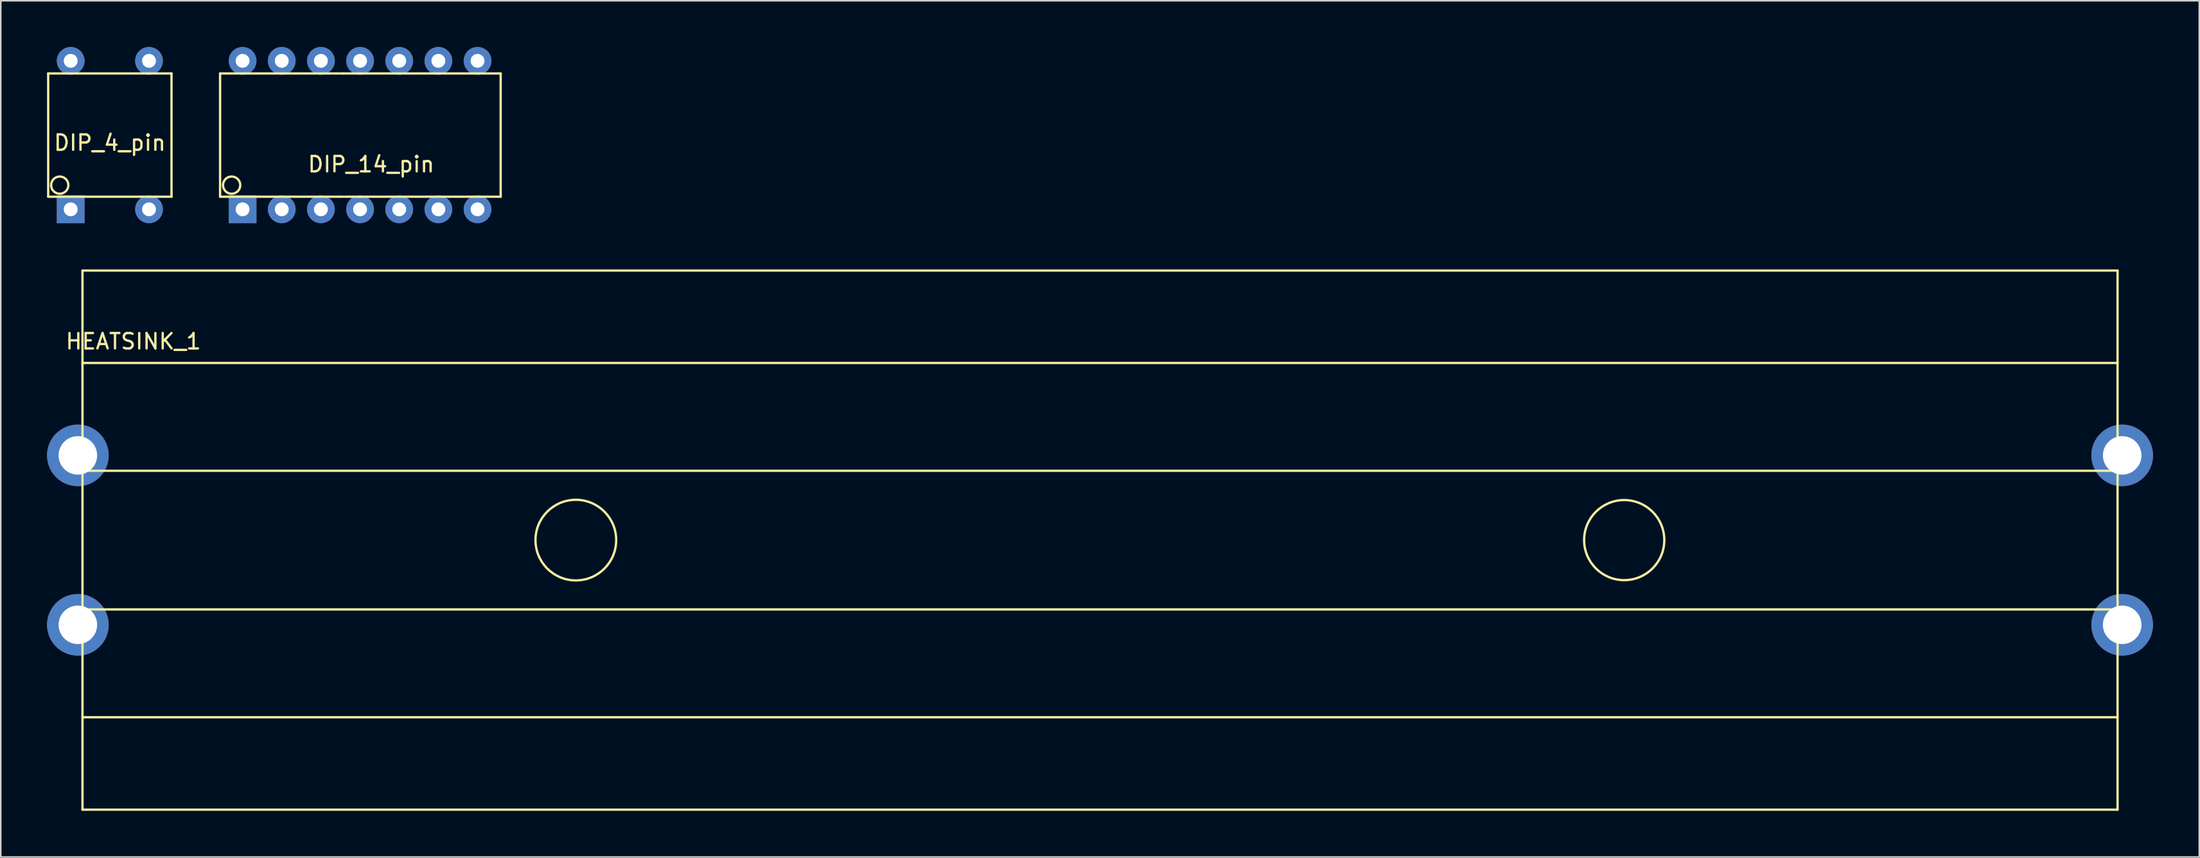
<source format=kicad_pcb>
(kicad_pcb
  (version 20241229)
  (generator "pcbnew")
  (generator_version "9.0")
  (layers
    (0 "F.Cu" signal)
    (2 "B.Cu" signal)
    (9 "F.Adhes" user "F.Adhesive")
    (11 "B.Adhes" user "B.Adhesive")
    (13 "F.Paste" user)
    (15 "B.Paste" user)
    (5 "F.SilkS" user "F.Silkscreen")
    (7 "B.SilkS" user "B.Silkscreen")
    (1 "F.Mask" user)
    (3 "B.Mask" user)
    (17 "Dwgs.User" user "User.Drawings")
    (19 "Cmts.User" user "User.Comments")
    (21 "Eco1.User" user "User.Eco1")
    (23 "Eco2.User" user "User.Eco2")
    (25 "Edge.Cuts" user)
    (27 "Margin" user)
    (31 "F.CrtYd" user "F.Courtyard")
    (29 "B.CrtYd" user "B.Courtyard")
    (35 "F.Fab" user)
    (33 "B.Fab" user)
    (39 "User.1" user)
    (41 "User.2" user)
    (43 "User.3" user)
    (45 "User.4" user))
  (footprint "DIP_4_pin"
    (layer "F.Cu")
    (at 4.075 5.72)
    (property "Reference" "DIP_4_pin" (at 0 0.5 0) (layer "F.SilkS") (effects (font (size 1 1) (thickness 0.15))))
    (attr through_hole)
    (fp_line (start -4 -4) (end 4 -4) (stroke (width 0.15) (type solid)) (layer "F.SilkS"))
    (fp_line (start -4 4) (end -4 -4) (stroke (width 0.15) (type solid)) (layer "F.SilkS"))
    (fp_line (start 4 -4) (end 4 4) (stroke (width 0.15) (type solid)) (layer "F.SilkS"))
    (fp_line (start 4 4) (end -4 4) (stroke (width 0.15) (type solid)) (layer "F.SilkS"))
    (fp_circle (center -3.25 3.25) (end -2.75 3.5) (stroke (width 0.15) (type solid)) (fill no) (layer "F.SilkS"))
    (pad "1" thru_hole rect (at -2.54 4.82) (size 1.8 1.8) (drill 0.9) (layers "*.Cu" "*.Mask"))
    (pad "2" thru_hole circle (at 2.54 4.82) (size 1.8 1.8) (drill 0.9) (layers "*.Cu" "*.Mask"))
    (pad "3" thru_hole circle (at 2.54 -4.82) (size 1.8 1.8) (drill 0.9) (layers "*.Cu" "*.Mask"))
    (pad "4" thru_hole circle (at -2.54 -4.82) (size 1.8 1.8) (drill 0.9) (layers "*.Cu" "*.Mask")))
  (footprint "HEATSINK_1"
    (layer "F.Cu")
    (at 68.3 32.015)
    (property "Reference" "HEATSINK_1" (at -62.7 -12.9 0) (layer "F.SilkS") (effects (font (size 1 1) (thickness 0.15))))
    (attr through_hole)
    (fp_line (start -66 -17.5) (end -66 17.5) (stroke (width 0.15) (type solid)) (layer "F.SilkS"))
    (fp_line (start -66 -11.5) (end 66 -11.5) (stroke (width 0.15) (type solid)) (layer "F.SilkS"))
    (fp_line (start -66 4.5) (end 66 4.5) (stroke (width 0.15) (type solid)) (layer "F.SilkS"))
    (fp_line (start -66 17.5) (end 66 17.5) (stroke (width 0.15) (type solid)) (layer "F.SilkS"))
    (fp_line (start 66 -17.5) (end -66 -17.5) (stroke (width 0.15) (type solid)) (layer "F.SilkS"))
    (fp_line (start 66 -4.5) (end -66 -4.5) (stroke (width 0.15) (type solid)) (layer "F.SilkS"))
    (fp_line (start 66 11.5) (end -66 11.5) (stroke (width 0.15) (type solid)) (layer "F.SilkS"))
    (fp_line (start 66 17.5) (end 66 -17.5) (stroke (width 0.15) (type solid)) (layer "F.SilkS"))
    (fp_circle (center -34 0) (end -34.3 2.6) (stroke (width 0.15) (type solid)) (fill no) (layer "F.SilkS"))
    (fp_circle (center 34 0) (end 34 2.6) (stroke (width 0.15) (type solid)) (fill no) (layer "F.SilkS"))
    (pad "1" thru_hole circle (at 66.3 -5.5) (size 4 4) (drill 2.5) (layers "*.Cu" "*.Mask"))
    (pad "2" thru_hole circle (at 66.3 5.5) (size 4 4) (drill 2.5) (layers "*.Cu" "*.Mask"))
    (pad "3" thru_hole circle (at -66.3 -5.5) (size 4 4) (drill 2.5) (layers "*.Cu" "*.Mask"))
    (pad "4" thru_hole circle (at -66.3 5.5) (size 4 4) (drill 2.5) (layers "*.Cu" "*.Mask")))
  (footprint "DIP_14_pin"
    (layer "F.Cu")
    (at 15.225 5.72)
    (property "Reference" "DIP_14_pin" (at 5.8 1.9 0) (layer "F.SilkS") (effects (font (size 1 1) (thickness 0.15))))
    (attr through_hole)
    (fp_line (start -4 -4) (end 4 -4) (stroke (width 0.15) (type solid)) (layer "F.SilkS"))
    (fp_line (start -4 4) (end -4 -4) (stroke (width 0.15) (type solid)) (layer "F.SilkS"))
    (fp_line (start 4 -4) (end 14.2 -4) (stroke (width 0.15) (type solid)) (layer "F.SilkS"))
    (fp_line (start 4 4) (end -4 4) (stroke (width 0.15) (type solid)) (layer "F.SilkS"))
    (fp_line (start 14.2 -4) (end 14.2 4) (stroke (width 0.15) (type solid)) (layer "F.SilkS"))
    (fp_line (start 14.2 4) (end 4.1 4) (stroke (width 0.15) (type solid)) (layer "F.SilkS"))
    (fp_circle (center -3.25 3.25) (end -2.75 3.5) (stroke (width 0.15) (type solid)) (fill no) (layer "F.SilkS"))
    (pad "1" thru_hole rect (at -2.54 4.82) (size 1.8 1.8) (drill 0.9) (layers "*.Cu" "*.Mask"))
    (pad "2" thru_hole circle (at 0 4.82) (size 1.8 1.8) (drill 0.9) (layers "*.Cu" "*.Mask"))
    (pad "3" thru_hole circle (at 2.54 4.82) (size 1.8 1.8) (drill 0.9) (layers "*.Cu" "*.Mask"))
    (pad "4" thru_hole circle (at 5.08 4.82) (size 1.8 1.8) (drill 0.9) (layers "*.Cu" "*.Mask"))
    (pad "5" thru_hole circle (at 7.62 4.82) (size 1.8 1.8) (drill 0.9) (layers "*.Cu" "*.Mask"))
    (pad "6" thru_hole circle (at 10.16 4.82) (size 1.8 1.8) (drill 0.9) (layers "*.Cu" "*.Mask"))
    (pad "7" thru_hole circle (at 12.7 4.82) (size 1.8 1.8) (drill 0.9) (layers "*.Cu" "*.Mask"))
    (pad "8" thru_hole circle (at 12.7 -4.82) (size 1.8 1.8) (drill 0.9) (layers "*.Cu" "*.Mask"))
    (pad "9" thru_hole circle (at 10.16 -4.82) (size 1.8 1.8) (drill 0.9) (layers "*.Cu" "*.Mask"))
    (pad "10" thru_hole circle (at 7.62 -4.82) (size 1.8 1.8) (drill 0.9) (layers "*.Cu" "*.Mask"))
    (pad "11" thru_hole circle (at 5.08 -4.82) (size 1.8 1.8) (drill 0.9) (layers "*.Cu" "*.Mask"))
    (pad "12" thru_hole circle (at 2.54 -4.82) (size 1.8 1.8) (drill 0.9) (layers "*.Cu" "*.Mask"))
    (pad "13" thru_hole circle (at 0 -4.82) (size 1.8 1.8) (drill 0.9) (layers "*.Cu" "*.Mask"))
    (pad "14" thru_hole circle (at -2.54 -4.82) (size 1.8 1.8) (drill 0.9) (layers "*.Cu" "*.Mask")))
  (gr_rect
    (start -3 -3)
    (end 139.6 52.59)
    (stroke (width 0.1) (type default))
    (fill no)
    (layer "Edge.Cuts")))
</source>
